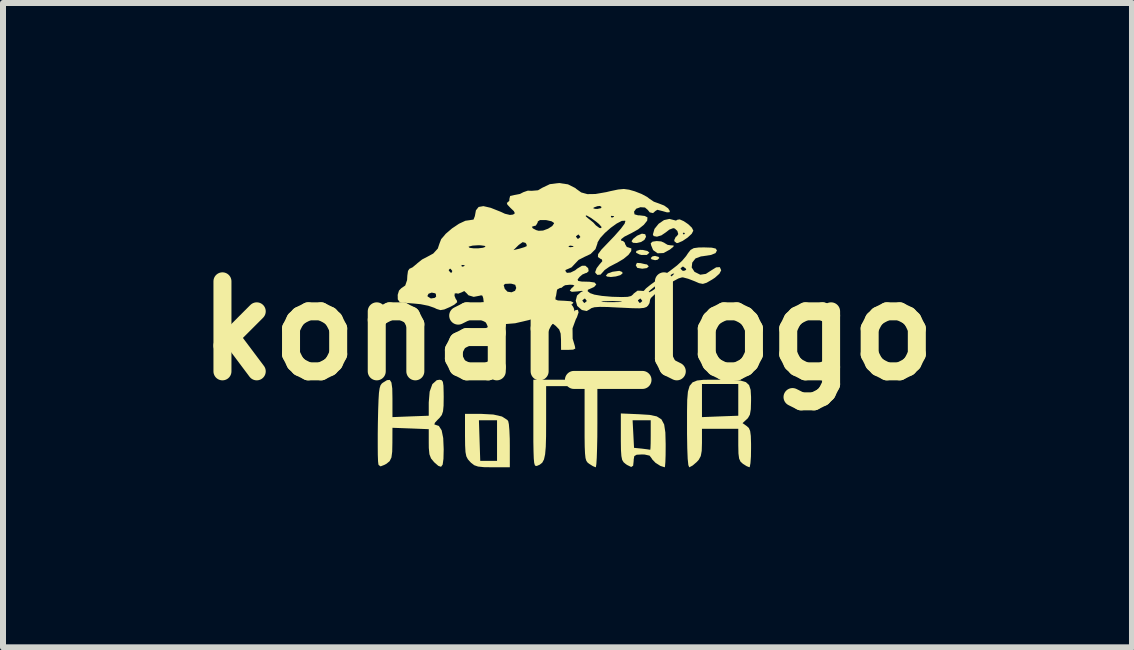
<source format=kicad_pcb>
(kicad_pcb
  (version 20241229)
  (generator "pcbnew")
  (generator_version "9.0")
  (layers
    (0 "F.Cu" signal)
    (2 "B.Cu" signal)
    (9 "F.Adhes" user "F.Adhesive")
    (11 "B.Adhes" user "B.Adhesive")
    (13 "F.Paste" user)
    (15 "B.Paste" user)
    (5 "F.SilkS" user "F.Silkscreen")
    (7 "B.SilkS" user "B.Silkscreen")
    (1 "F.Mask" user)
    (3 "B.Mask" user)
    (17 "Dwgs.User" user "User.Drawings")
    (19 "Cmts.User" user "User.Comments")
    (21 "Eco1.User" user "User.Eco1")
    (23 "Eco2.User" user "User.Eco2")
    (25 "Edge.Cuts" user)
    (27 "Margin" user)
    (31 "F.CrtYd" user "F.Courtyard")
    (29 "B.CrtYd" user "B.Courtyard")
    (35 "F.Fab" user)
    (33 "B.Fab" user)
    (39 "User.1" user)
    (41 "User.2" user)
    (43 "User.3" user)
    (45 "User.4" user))
  (footprint "konar_logo"
    (layer "F.Cu")
    (at 6.407 2.46)
    (property "Reference" "konar_logo" (at 0 0 0) (layer "F.SilkS") (effects (font (size 1.5 1.5) (thickness 0.3))))
    (attr board_only exclude_from_pos_files exclude_from_bom)
    (fp_poly (pts (xy 1.516 -1.23) (xy 1.53 -1.21) (xy 1.5 -1.181) (xy 1.459 -1.174) (xy 1.401 -1.189) (xy 1.387 -1.21) (xy 1.417 -1.238) (xy 1.459 -1.245)) (stroke (width 0) (type solid)) (fill yes) (layer "F.SilkS"))
    (fp_poly (pts (xy 1.254 -1.345) (xy 1.33 -1.328) (xy 1.363 -1.302) (xy 1.363 -1.298) (xy 1.323 -1.262) (xy 1.236 -1.261) (xy 1.201 -1.269) (xy 1.143 -1.298) (xy 1.147 -1.328) (xy 1.202 -1.346)) (stroke (width 0) (type solid)) (fill yes) (layer "F.SilkS"))
    (fp_poly (pts (xy 0.913 -0.977) (xy 0.917 -0.953) (xy 0.879 -0.924) (xy 0.805 -0.903) (xy 0.723 -0.894) (xy 0.659 -0.901) (xy 0.64 -0.918) (xy 0.672 -0.953) (xy 0.75 -0.981) (xy 0.85 -0.995) (xy 0.866 -0.996)) (stroke (width 0) (type solid)) (fill yes) (layer "F.SilkS"))
    (fp_poly (pts (xy 1.218 -1.125) (xy 1.292 -1.108) (xy 1.325 -1.103) (xy 1.351 -1.075) (xy 1.352 -1.067) (xy 1.321 -1.042) (xy 1.246 -1.032) (xy 1.245 -1.032) (xy 1.163 -1.046) (xy 1.138 -1.089) (xy 1.157 -1.129)) (stroke (width 0) (type solid)) (fill yes) (layer "F.SilkS"))
    (fp_poly (pts (xy 1.295 -1.607) (xy 1.309 -1.564) (xy 1.282 -1.513) (xy 1.226 -1.477) (xy 1.153 -1.46) (xy 1.091 -1.464) (xy 1.067 -1.49) (xy 1.094 -1.53) (xy 1.159 -1.581) (xy 1.16 -1.582) (xy 1.24 -1.616)) (stroke (width 0) (type solid)) (fill yes) (layer "F.SilkS"))
    (fp_poly (pts (xy 1.561 -1.487) (xy 1.614 -1.464) (xy 1.619 -1.459) (xy 1.668 -1.43) (xy 1.719 -1.422) (xy 1.769 -1.419) (xy 1.767 -1.401) (xy 1.711 -1.355) (xy 1.708 -1.352) (xy 1.599 -1.293) (xy 1.501 -1.289) (xy 1.431 -1.339) (xy 1.424 -1.349) (xy 1.394 -1.422) (xy 1.387 -1.456) (xy 1.417 -1.483) (xy 1.485 -1.493)) (stroke (width 0) (type solid)) (fill yes) (layer "F.SilkS"))
    (fp_poly (pts (xy -1.235 1.398) (xy -1.092 1.431) (xy -1.003 1.488) (xy -0.988 1.508) (xy -0.977 1.559) (xy -0.968 1.663) (xy -0.962 1.804) (xy -0.961 1.912) (xy -0.961 2.277) (xy -1.247 2.277) (xy -1.394 2.275) (xy -1.49 2.265) (xy -1.554 2.243) (xy -1.605 2.204) (xy -1.62 2.189) (xy -1.66 2.144) (xy -1.686 2.094) (xy -1.7 2.023) (xy -1.706 1.914) (xy -1.708 1.751) (xy -1.708 1.745) (xy -1.708 1.494) (xy -1.476 1.494) (xy -1.465 1.832) (xy -1.454 2.17) (xy -1.314 2.17) (xy -1.174 2.17) (xy -1.174 1.832) (xy -1.174 1.494) (xy -1.325 1.494) (xy -1.476 1.494) (xy -1.708 1.494) (xy -1.708 1.387) (xy -1.438 1.387)) (stroke (width 0) (type solid)) (fill yes) (layer "F.SilkS"))
    (fp_poly (pts (xy 0.498 1.547) (xy 0.497 1.767) (xy 0.493 1.959) (xy 0.488 2.115) (xy 0.481 2.224) (xy 0.473 2.274) (xy 0.47 2.277) (xy 0.423 2.258) (xy 0.364 2.221) (xy 0.335 2.199) (xy 0.314 2.169) (xy 0.3 2.122) (xy 0.292 2.046) (xy 0.287 1.932) (xy 0.285 1.768) (xy 0.285 1.545) (xy 0.285 0.925) (xy -0.036 0.925) (xy -0.356 0.925) (xy -0.356 1.523) (xy -0.357 1.76) (xy -0.362 1.937) (xy -0.373 2.062) (xy -0.392 2.147) (xy -0.421 2.201) (xy -0.463 2.234) (xy -0.507 2.253) (xy -0.528 2.256) (xy -0.544 2.242) (xy -0.555 2.204) (xy -0.562 2.131) (xy -0.566 2.016) (xy -0.569 1.85) (xy -0.569 1.623) (xy -0.569 1.546) (xy -0.569 0.818) (xy -0.036 0.818) (xy 0.498 0.818)) (stroke (width 0) (type solid)) (fill yes) (layer "F.SilkS"))
    (fp_poly (pts (xy 1.741 -1.851) (xy 1.808 -1.834) (xy 1.831 -1.848) (xy 1.87 -1.854) (xy 1.938 -1.824) (xy 2.013 -1.773) (xy 2.073 -1.715) (xy 2.097 -1.666) (xy 2.07 -1.614) (xy 2.002 -1.551) (xy 1.917 -1.494) (xy 1.839 -1.461) (xy 1.819 -1.459) (xy 1.783 -1.487) (xy 1.779 -1.509) (xy 1.804 -1.563) (xy 1.821 -1.573) (xy 1.846 -1.609) (xy 1.843 -1.619) (xy 1.921 -1.619) (xy 1.939 -1.601) (xy 1.957 -1.619) (xy 1.939 -1.636) (xy 1.921 -1.619) (xy 1.843 -1.619) (xy 1.831 -1.661) (xy 1.789 -1.701) (xy 1.762 -1.708) (xy 1.698 -1.684) (xy 1.636 -1.636) (xy 1.565 -1.588) (xy 1.491 -1.566) (xy 1.436 -1.576) (xy 1.423 -1.603) (xy 1.45 -1.696) (xy 1.519 -1.781) (xy 1.608 -1.842) (xy 1.699 -1.862)) (stroke (width 0) (type solid)) (fill yes) (layer "F.SilkS"))
    (fp_poly (pts (xy 1.195 1.393) (xy 1.368 1.404) (xy 1.488 1.429) (xy 1.566 1.479) (xy 1.611 1.564) (xy 1.631 1.697) (xy 1.636 1.888) (xy 1.636 1.925) (xy 1.635 2.073) (xy 1.631 2.191) (xy 1.625 2.262) (xy 1.62 2.277) (xy 1.548 2.254) (xy 1.466 2.202) (xy 1.41 2.143) (xy 1.403 2.129) (xy 1.368 2.083) (xy 1.287 2.065) (xy 1.243 2.063) (xy 1.152 2.068) (xy 1.113 2.091) (xy 1.103 2.15) (xy 1.103 2.17) (xy 1.094 2.251) (xy 1.062 2.272) (xy 0.992 2.238) (xy 0.968 2.221) (xy 0.934 2.192) (xy 0.911 2.153) (xy 0.898 2.09) (xy 0.891 1.988) (xy 0.889 1.834) (xy 0.889 1.773) (xy 0.889 1.494) (xy 1.085 1.494) (xy 1.097 1.723) (xy 1.109 1.953) (xy 1.239 1.966) (xy 1.326 1.977) (xy 1.376 1.985) (xy 1.379 1.986) (xy 1.383 1.957) (xy 1.386 1.874) (xy 1.387 1.754) (xy 1.387 1.743) (xy 1.387 1.494) (xy 1.236 1.494) (xy 1.085 1.494) (xy 0.889 1.494) (xy 0.889 1.38)) (stroke (width 0) (type solid)) (fill yes) (layer "F.SilkS"))
    (fp_poly (pts (xy -2.098 0.825) (xy -2.077 0.853) (xy -2.067 0.919) (xy -2.064 1.034) (xy -2.063 1.105) (xy -2.065 1.25) (xy -2.074 1.344) (xy -2.095 1.406) (xy -2.133 1.455) (xy -2.157 1.478) (xy -2.209 1.534) (xy -2.219 1.564) (xy -2.213 1.565) (xy -2.144 1.588) (xy -2.097 1.661) (xy -2.071 1.79) (xy -2.063 1.977) (xy -2.067 2.137) (xy -2.08 2.232) (xy -2.107 2.269) (xy -2.153 2.253) (xy -2.224 2.191) (xy -2.225 2.189) (xy -2.274 2.13) (xy -2.301 2.06) (xy -2.311 1.956) (xy -2.312 1.872) (xy -2.312 1.642) (xy -2.615 1.63) (xy -2.917 1.619) (xy -2.918 1.868) (xy -2.921 2.017) (xy -2.934 2.114) (xy -2.964 2.175) (xy -3.016 2.218) (xy -3.051 2.237) (xy -3.115 2.262) (xy -3.146 2.24) (xy -3.151 2.229) (xy -3.157 2.178) (xy -3.161 2.068) (xy -3.162 1.913) (xy -3.162 1.724) (xy -3.16 1.548) (xy -3.155 1.321) (xy -3.149 1.154) (xy -3.142 1.037) (xy -3.131 0.96) (xy -3.116 0.911) (xy -3.095 0.882) (xy -3.079 0.869) (xy -3.008 0.825) (xy -2.961 0.821) (xy -2.934 0.865) (xy -2.92 0.965) (xy -2.917 1.129) (xy -2.917 1.129) (xy -2.917 1.441) (xy -2.615 1.429) (xy -2.312 1.418) (xy -2.312 1.197) (xy -2.297 1.016) (xy -2.252 0.891) (xy -2.179 0.826) (xy -2.132 0.818)) (stroke (width 0) (type solid)) (fill yes) (layer "F.SilkS"))
    (fp_poly (pts (xy 2.535 0.818) (xy 2.738 0.82) (xy 2.88 0.831) (xy 2.973 0.858) (xy 3.026 0.907) (xy 3.052 0.987) (xy 3.059 1.105) (xy 3.059 1.171) (xy 3.055 1.31) (xy 3.04 1.399) (xy 3.008 1.456) (xy 2.988 1.476) (xy 2.917 1.541) (xy 2.988 1.591) (xy 3.023 1.623) (xy 3.044 1.673) (xy 3.055 1.755) (xy 3.059 1.886) (xy 3.059 1.959) (xy 3.057 2.099) (xy 3.049 2.208) (xy 3.038 2.269) (xy 3.032 2.277) (xy 2.985 2.258) (xy 2.925 2.221) (xy 2.884 2.184) (xy 2.86 2.132) (xy 2.849 2.048) (xy 2.846 1.911) (xy 2.846 1.901) (xy 2.846 1.636) (xy 2.544 1.636) (xy 2.241 1.636) (xy 2.241 1.869) (xy 2.237 2.004) (xy 2.221 2.09) (xy 2.187 2.153) (xy 2.154 2.189) (xy 2.085 2.248) (xy 2.033 2.276) (xy 2.029 2.277) (xy 2.014 2.241) (xy 2.003 2.136) (xy 1.996 1.961) (xy 1.992 1.718) (xy 1.992 1.606) (xy 1.992 1.441) (xy 2.241 1.441) (xy 2.543 1.429) (xy 2.846 1.418) (xy 2.846 1.154) (xy 2.846 0.889) (xy 2.544 0.889) (xy 2.241 0.889) (xy 2.241 1.165) (xy 2.241 1.441) (xy 1.992 1.441) (xy 1.992 1.35) (xy 1.995 1.156) (xy 2.007 1.016) (xy 2.035 0.921) (xy 2.084 0.862) (xy 2.16 0.831) (xy 2.27 0.819) (xy 2.418 0.818)) (stroke (width 0) (type solid)) (fill yes) (layer "F.SilkS"))
    (fp_poly (pts (xy 0.008 -2.438) (xy 0.131 -2.376) (xy 0.145 -2.363) (xy 0.229 -2.303) (xy 0.331 -2.275) (xy 0.466 -2.277) (xy 0.649 -2.309) (xy 0.711 -2.324) (xy 0.844 -2.352) (xy 0.939 -2.361) (xy 1.026 -2.349) (xy 1.121 -2.322) (xy 1.236 -2.277) (xy 1.329 -2.227) (xy 1.359 -2.203) (xy 1.439 -2.149) (xy 1.526 -2.118) (xy 1.611 -2.085) (xy 1.677 -2.038) (xy 1.706 -1.992) (xy 1.7 -1.973) (xy 1.658 -1.971) (xy 1.581 -1.993) (xy 1.58 -1.993) (xy 1.498 -2.014) (xy 1.465 -1.994) (xy 1.426 -1.959) (xy 1.371 -1.971) (xy 1.338 -2.012) (xy 1.291 -2.052) (xy 1.216 -2.057) (xy 1.145 -2.032) (xy 1.109 -1.983) (xy 1.117 -1.938) (xy 1.175 -1.922) (xy 1.205 -1.921) (xy 1.288 -1.911) (xy 1.333 -1.887) (xy 1.328 -1.833) (xy 1.272 -1.763) (xy 1.178 -1.688) (xy 1.06 -1.622) (xy 1.051 -1.618) (xy 0.948 -1.566) (xy 0.894 -1.524) (xy 0.895 -1.499) (xy 0.925 -1.494) (xy 0.956 -1.465) (xy 0.961 -1.441) (xy 0.989 -1.394) (xy 1.014 -1.387) (xy 1.064 -1.37) (xy 1.062 -1.326) (xy 1.017 -1.264) (xy 0.935 -1.196) (xy 0.826 -1.131) (xy 0.803 -1.12) (xy 0.696 -1.064) (xy 0.619 -1.01) (xy 0.592 -0.979) (xy 0.551 -0.934) (xy 0.498 -0.929) (xy 0.464 -0.964) (xy 0.462 -0.978) (xy 0.486 -1.041) (xy 0.534 -1.104) (xy 0.58 -1.157) (xy 0.574 -1.186) (xy 0.552 -1.196) (xy 0.507 -1.227) (xy 0.51 -1.275) (xy 0.565 -1.35) (xy 0.614 -1.401) (xy 0.778 -1.572) (xy 0.89 -1.699) (xy 0.952 -1.783) (xy 0.965 -1.827) (xy 0.96 -1.832) (xy 0.905 -1.829) (xy 0.82 -1.785) (xy 0.721 -1.714) (xy 0.624 -1.629) (xy 0.546 -1.544) (xy 0.502 -1.472) (xy 0.498 -1.45) (xy 0.466 -1.358) (xy 0.385 -1.277) (xy 0.278 -1.227) (xy 0.185 -1.179) (xy 0.126 -1.117) (xy 0.068 -1.055) (xy 0.017 -1.032) (xy -0.03 -1.012) (xy -0.036 -0.996) (xy -0.01 -0.963) (xy 0.051 -0.968) (xy 0.127 -1.005) (xy 0.161 -1.033) (xy 0.241 -1.081) (xy 0.297 -1.082) (xy 0.344 -1.042) (xy 0.353 -0.992) (xy 0.32 -0.962) (xy 0.308 -0.961) (xy 0.249 -0.936) (xy 0.201 -0.895) (xy 0.169 -0.853) (xy 0.177 -0.829) (xy 0.234 -0.818) (xy 0.352 -0.815) (xy 0.363 -0.815) (xy 0.452 -0.802) (xy 0.48 -0.769) (xy 0.444 -0.728) (xy 0.405 -0.71) (xy 0.34 -0.681) (xy 0.336 -0.657) (xy 0.377 -0.625) (xy 0.448 -0.6) (xy 0.573 -0.579) (xy 0.733 -0.565) (xy 0.753 -0.564) (xy 0.905 -0.56) (xy 1.002 -0.563) (xy 1.06 -0.577) (xy 1.093 -0.604) (xy 1.102 -0.617) (xy 1.142 -0.647) (xy 1.353 -0.647) (xy 1.361 -0.64) (xy 1.364 -0.64) (xy 1.404 -0.66) (xy 1.483 -0.713) (xy 1.584 -0.786) (xy 1.585 -0.787) (xy 1.682 -0.862) (xy 1.751 -0.92) (xy 1.779 -0.949) (xy 1.779 -0.949) (xy 1.759 -0.951) (xy 1.698 -0.915) (xy 1.589 -0.837) (xy 1.547 -0.806) (xy 1.437 -0.722) (xy 1.376 -0.672) (xy 1.353 -0.647) (xy 1.142 -0.647) (xy 1.167 -0.666) (xy 1.212 -0.665) (xy 1.268 -0.661) (xy 1.281 -0.673) (xy 1.308 -0.704) (xy 1.381 -0.763) (xy 1.487 -0.84) (xy 1.536 -0.875) (xy 1.704 -0.993) (xy 1.755 -1.032) (xy 1.885 -1.032) (xy 1.914 -1) (xy 1.941 -0.996) (xy 1.978 -1.013) (xy 1.974 -1.032) (xy 1.929 -1.066) (xy 1.919 -1.067) (xy 1.886 -1.04) (xy 1.885 -1.032) (xy 1.755 -1.032) (xy 1.825 -1.086) (xy 1.911 -1.165) (xy 1.977 -1.243) (xy 2.008 -1.29) (xy 2.051 -1.345) (xy 2.104 -1.375) (xy 2.188 -1.386) (xy 2.281 -1.387) (xy 2.404 -1.383) (xy 2.469 -1.368) (xy 2.49 -1.338) (xy 2.49 -1.335) (xy 2.467 -1.292) (xy 2.393 -1.262) (xy 2.259 -1.241) (xy 2.224 -1.237) (xy 2.133 -1.203) (xy 2.079 -1.134) (xy 2.07 -1.053) (xy 2.116 -0.981) (xy 2.119 -0.979) (xy 2.213 -0.932) (xy 2.306 -0.946) (xy 2.383 -0.996) (xy 2.478 -1.055) (xy 2.539 -1.058) (xy 2.561 -1.006) (xy 2.561 -1.005) (xy 2.532 -0.949) (xy 2.457 -0.882) (xy 2.41 -0.851) (xy 2.318 -0.798) (xy 2.256 -0.779) (xy 2.193 -0.791) (xy 2.117 -0.824) (xy 2.013 -0.864) (xy 1.927 -0.887) (xy 1.909 -0.888) (xy 1.85 -0.87) (xy 1.759 -0.821) (xy 1.651 -0.752) (xy 1.543 -0.676) (xy 1.451 -0.602) (xy 1.39 -0.544) (xy 1.376 -0.514) (xy 1.367 -0.459) (xy 1.343 -0.418) (xy 1.317 -0.394) (xy 1.273 -0.379) (xy 1.199 -0.372) (xy 1.083 -0.374) (xy 0.912 -0.382) (xy 0.862 -0.384) (xy 0.67 -0.394) (xy 0.537 -0.396) (xy 0.45 -0.39) (xy 0.398 -0.375) (xy 0.374 -0.358) (xy 0.32 -0.327) (xy 0.248 -0.342) (xy 0.233 -0.349) (xy 0.162 -0.412) (xy 0.138 -0.498) (xy 0.249 -0.498) (xy 0.276 -0.463) (xy 0.285 -0.462) (xy 0.31 -0.483) (xy 0.559 -0.483) (xy 0.586 -0.478) (xy 0.671 -0.475) (xy 0.729 -0.475) (xy 0.842 -0.476) (xy 0.902 -0.48) (xy 0.903 -0.485) (xy 0.881 -0.488) (xy 0.755 -0.494) (xy 0.617 -0.49) (xy 0.597 -0.489) (xy 0.559 -0.483) (xy 0.31 -0.483) (xy 0.319 -0.49) (xy 0.32 -0.498) (xy 1.174 -0.498) (xy 1.201 -0.463) (xy 1.21 -0.462) (xy 1.244 -0.49) (xy 1.245 -0.498) (xy 1.218 -0.533) (xy 1.21 -0.534) (xy 1.175 -0.507) (xy 1.174 -0.498) (xy 0.32 -0.498) (xy 0.293 -0.533) (xy 0.285 -0.534) (xy 0.25 -0.507) (xy 0.249 -0.498) (xy 0.138 -0.498) (xy 0.137 -0.499) (xy 0.159 -0.585) (xy 0.222 -0.641) (xy 0.26 -0.66) (xy 0.236 -0.663) (xy 0.169 -0.654) (xy 0.072 -0.647) (xy 0.038 -0.666) (xy 0.069 -0.709) (xy 0.09 -0.725) (xy 0.115 -0.753) (xy 0.083 -0.764) (xy 0.036 -0.765) (xy -0.039 -0.757) (xy -0.071 -0.739) (xy -0.071 -0.738) (xy -0.1 -0.714) (xy -0.125 -0.711) (xy -0.172 -0.685) (xy -0.178 -0.661) (xy -0.19 -0.583) (xy -0.199 -0.554) (xy -0.201 -0.52) (xy -0.16 -0.503) (xy -0.063 -0.498) (xy -0.057 -0.498) (xy 0.056 -0.49) (xy 0.1 -0.469) (xy 0.075 -0.438) (xy -0.021 -0.4) (xy -0.034 -0.396) (xy -0.15 -0.351) (xy -0.2 -0.303) (xy -0.189 -0.246) (xy -0.177 -0.23) (xy -0.1 -0.182) (xy -0.014 -0.199) (xy 0.063 -0.272) (xy 0.129 -0.34) (xy 0.173 -0.348) (xy 0.185 -0.305) (xy 0.157 -0.222) (xy 0.14 -0.192) (xy 0.084 -0.039) (xy 0.086 0.134) (xy 0.123 0.258) (xy 0.13 0.299) (xy 0.094 0.317) (xy 0.022 0.32) (xy -0.107 0.32) (xy -0.108 0.151) (xy -0.114 0.049) (xy -0.139 -0.02) (xy -0.198 -0.081) (xy -0.264 -0.131) (xy -0.419 -0.245) (xy -0.645 -0.176) (xy -0.872 -0.123) (xy -1.066 -0.107) (xy -1.22 -0.128) (xy -1.328 -0.185) (xy -1.382 -0.276) (xy -1.387 -0.312) (xy -1.394 -0.456) (xy -1.404 -0.542) (xy -1.418 -0.582) (xy -1.44 -0.589) (xy -1.459 -0.583) (xy -1.563 -0.563) (xy -1.65 -0.589) (xy -1.681 -0.623) (xy -1.72 -0.66) (xy -1.762 -0.639) (xy -1.822 -0.616) (xy -1.848 -0.622) (xy -1.879 -0.62) (xy -1.883 -0.58) (xy -1.861 -0.526) (xy -1.846 -0.508) (xy -1.838 -0.474) (xy -1.887 -0.432) (xy -1.956 -0.395) (xy -2.053 -0.353) (xy -2.117 -0.342) (xy -2.18 -0.361) (xy -2.218 -0.38) (xy -2.316 -0.414) (xy -2.449 -0.441) (xy -2.543 -0.45) (xy -2.664 -0.46) (xy -2.759 -0.471) (xy -2.799 -0.479) (xy -2.828 -0.521) (xy -2.829 -0.579) (xy -2.334 -0.579) (xy -2.33 -0.569) (xy -2.277 -0.536) (xy -2.212 -0.546) (xy -2.189 -0.567) (xy -2.194 -0.612) (xy -2.207 -0.623) (xy -2.263 -0.634) (xy -2.316 -0.615) (xy -2.334 -0.579) (xy -2.829 -0.579) (xy -2.83 -0.595) (xy -2.808 -0.668) (xy -2.771 -0.706) (xy -2.704 -0.752) (xy -2.702 -0.758) (xy -1.063 -0.758) (xy -1.048 -0.704) (xy -1.046 -0.697) (xy -1 -0.649) (xy -0.932 -0.639) (xy -0.874 -0.664) (xy -0.854 -0.711) (xy -0.871 -0.764) (xy -0.933 -0.782) (xy -0.961 -0.783) (xy -1.04 -0.779) (xy -1.063 -0.758) (xy -2.702 -0.758) (xy -2.673 -0.843) (xy -2.669 -0.916) (xy -2.658 -0.995) (xy -2.648 -1.01) (xy -1.98 -1.01) (xy -1.974 -0.996) (xy -1.942 -0.962) (xy -1.937 -0.961) (xy -1.921 -0.988) (xy -1.921 -0.996) (xy -1.948 -1.03) (xy -1.959 -1.032) (xy -1.98 -1.01) (xy -2.648 -1.01) (xy -2.634 -1.031) (xy -2.631 -1.032) (xy -2.582 -1.055) (xy -2.539 -1.091) (xy -1.767 -1.091) (xy -1.762 -1.07) (xy -1.743 -1.067) (xy -1.714 -1.08) (xy -1.719 -1.091) (xy -1.762 -1.095) (xy -1.767 -1.091) (xy -2.539 -1.091) (xy -2.514 -1.111) (xy -2.508 -1.118) (xy -2.423 -1.186) (xy -2.34 -1.229) (xy -2.34 -1.229) (xy -2.237 -1.285) (xy -2.185 -1.342) (xy -0.9 -1.342) (xy -0.797 -1.367) (xy -0.718 -1.391) (xy -0.707 -1.396) (xy 0.015 -1.396) (xy 0.05 -1.39) (xy 0.097 -1.397) (xy 0.097 -1.409) (xy 0.049 -1.417) (xy 0.029 -1.412) (xy 0.015 -1.396) (xy -0.707 -1.396) (xy -0.678 -1.409) (xy -0.685 -1.443) (xy -0.701 -1.463) (xy -0.747 -1.475) (xy -0.813 -1.428) (xy -0.82 -1.421) (xy -0.9 -1.342) (xy -2.185 -1.342) (xy -2.161 -1.368) (xy -2.152 -1.396) (xy -1.649 -1.396) (xy -1.63 -1.38) (xy -1.567 -1.372) (xy -1.485 -1.372) (xy -1.409 -1.381) (xy -1.366 -1.397) (xy -1.381 -1.413) (xy -1.448 -1.422) (xy -1.486 -1.423) (xy -1.581 -1.417) (xy -1.641 -1.402) (xy -1.649 -1.396) (xy -2.152 -1.396) (xy -2.134 -1.45) (xy -2.105 -1.525) (xy -2.07 -1.565) (xy 0.142 -1.565) (xy 0.169 -1.531) (xy 0.178 -1.53) (xy 0.212 -1.557) (xy 0.213 -1.565) (xy 0.186 -1.6) (xy 0.178 -1.601) (xy 0.143 -1.574) (xy 0.142 -1.565) (xy -2.07 -1.565) (xy -2.029 -1.614) (xy -1.924 -1.704) (xy -1.883 -1.731) (xy -0.594 -1.731) (xy -0.577 -1.704) (xy -0.521 -1.675) (xy -0.48 -1.664) (xy -0.407 -1.668) (xy -0.323 -1.699) (xy -0.254 -1.743) (xy -0.224 -1.787) (xy -0.225 -1.795) (xy -0.265 -1.822) (xy -0.348 -1.841) (xy -0.367 -1.843) (xy -0.458 -1.843) (xy -0.495 -1.819) (xy -0.498 -1.799) (xy -0.527 -1.751) (xy -0.559 -1.743) (xy -0.594 -1.731) (xy -1.883 -1.731) (xy -1.809 -1.781) (xy -1.702 -1.831) (xy -1.631 -1.841) (xy -1.566 -1.851) (xy -1.545 -1.905) (xy 0.305 -1.905) (xy 0.351 -1.865) (xy 0.357 -1.861) (xy 0.43 -1.802) (xy 0.473 -1.754) (xy 0.531 -1.712) (xy 0.558 -1.708) (xy 0.569 -1.726) (xy 0.526 -1.776) (xy 0.48 -1.814) (xy 0.394 -1.877) (xy 0.338 -1.909) (xy 0.723 -1.909) (xy 0.728 -1.888) (xy 0.747 -1.885) (xy 0.776 -1.898) (xy 0.771 -1.909) (xy 0.729 -1.913) (xy 0.723 -1.909) (xy 0.338 -1.909) (xy 0.326 -1.916) (xy 0.307 -1.921) (xy 0.305 -1.905) (xy -1.545 -1.905) (xy -1.544 -1.907) (xy -1.526 -2.005) (xy -1.481 -2.061) (xy -1.401 -2.075) (xy -1.28 -2.047) (xy -1.109 -1.979) (xy -1.043 -1.948) (xy -0.959 -1.928) (xy -0.907 -1.934) (xy -0.877 -1.956) (xy -0.894 -1.992) (xy -0.946 -2.041) (xy 0.427 -2.041) (xy 0.457 -2.03) (xy 0.498 -2.028) (xy 0.556 -2.041) (xy 0.569 -2.06) (xy 0.541 -2.078) (xy 0.498 -2.074) (xy 0.441 -2.053) (xy 0.427 -2.041) (xy -0.946 -2.041) (xy -0.949 -2.044) (xy -1.002 -2.1) (xy -1.011 -2.131) (xy -1.003 -2.133) (xy -0.97 -2.163) (xy -0.968 -2.196) (xy -0.956 -2.244) (xy -0.888 -2.26) (xy -0.884 -2.26) (xy -0.792 -2.278) (xy -0.736 -2.307) (xy -0.661 -2.333) (xy -0.598 -2.33) (xy -0.491 -2.339) (xy -0.42 -2.381) (xy -0.294 -2.441) (xy -0.143 -2.46)) (stroke (width 0) (type solid)) (fill yes) (layer "F.SilkS")))
  (gr_rect
    (start -3 -3)
    (end 15.814 7.737)
    (stroke (width 0.1) (type default))
    (fill no)
    (layer "Edge.Cuts")))
</source>
